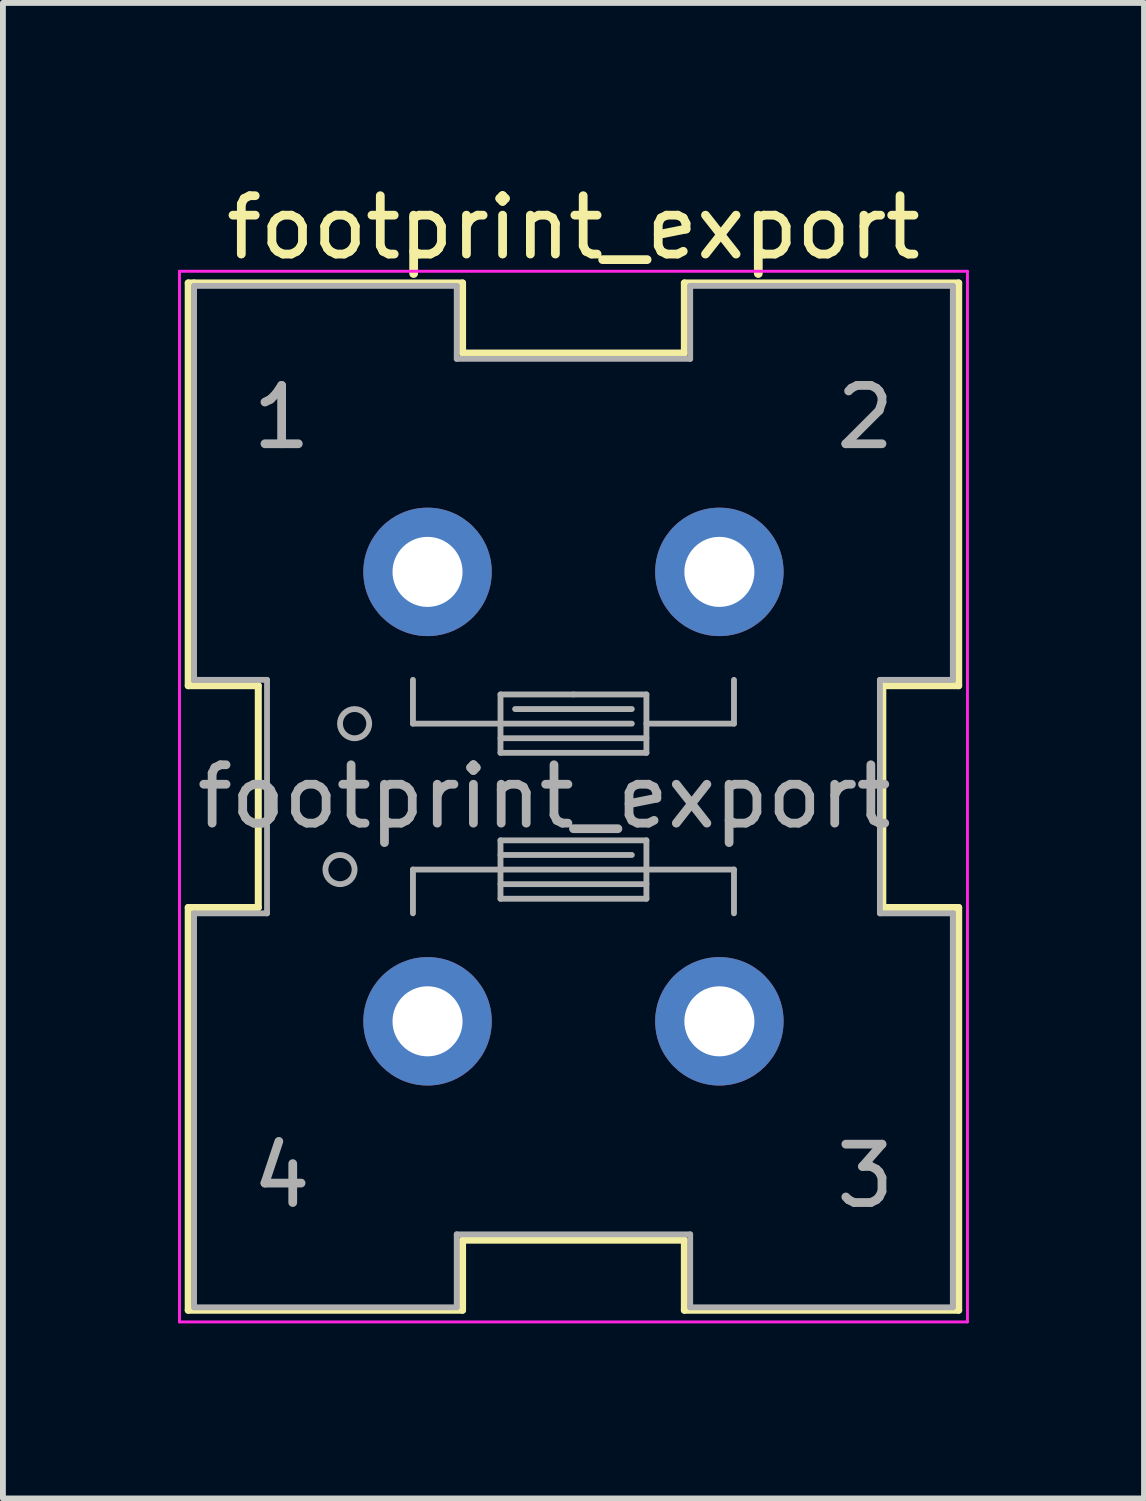
<source format=kicad_pcb>
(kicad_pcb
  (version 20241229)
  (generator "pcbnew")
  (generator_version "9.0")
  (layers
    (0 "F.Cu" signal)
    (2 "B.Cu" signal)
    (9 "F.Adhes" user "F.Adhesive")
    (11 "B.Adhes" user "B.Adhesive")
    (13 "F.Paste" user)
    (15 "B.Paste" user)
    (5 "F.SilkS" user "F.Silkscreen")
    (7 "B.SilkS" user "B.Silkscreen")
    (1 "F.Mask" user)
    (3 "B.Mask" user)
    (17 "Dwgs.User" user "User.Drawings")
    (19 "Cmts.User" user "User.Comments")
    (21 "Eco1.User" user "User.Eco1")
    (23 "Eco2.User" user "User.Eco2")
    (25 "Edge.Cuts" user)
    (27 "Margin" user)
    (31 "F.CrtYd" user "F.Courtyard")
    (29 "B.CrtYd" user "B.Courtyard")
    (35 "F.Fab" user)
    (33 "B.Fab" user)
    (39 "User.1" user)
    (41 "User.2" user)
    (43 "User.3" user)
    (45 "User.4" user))
  (footprint "footprint_export"
    (layer "F.Cu")
    (at 4.275 6.748)
    (property "Reference" "footprint_export" (at 2.5 -5.9 0) (layer "F.SilkS") (effects (font (size 1 1) (thickness 0.15))))
    (attr through_hole)
    (fp_line (start -4.1 -4.95) (end -4 -4.95) (stroke (width 0.12) (type solid)) (layer "F.SilkS"))
    (fp_line (start -4.1 1.95) (end -4.1 -4.95) (stroke (width 0.12) (type solid)) (layer "F.SilkS"))
    (fp_line (start -4.1 5.75) (end -2.9 5.75) (stroke (width 0.12) (type solid)) (layer "F.SilkS"))
    (fp_line (start -4.1 12.65) (end -4.1 5.75) (stroke (width 0.12) (type solid)) (layer "F.SilkS"))
    (fp_line (start -4 -4.95) (end 0.6 -4.95) (stroke (width 0.12) (type solid)) (layer "F.SilkS"))
    (fp_line (start -2.9 1.95) (end -4.1 1.95) (stroke (width 0.12) (type solid)) (layer "F.SilkS"))
    (fp_line (start -2.9 5.75) (end -2.9 1.95) (stroke (width 0.12) (type solid)) (layer "F.SilkS"))
    (fp_line (start 0.6 -4.95) (end 0.6 -3.75) (stroke (width 0.12) (type solid)) (layer "F.SilkS"))
    (fp_line (start 0.6 -3.75) (end 4.4 -3.75) (stroke (width 0.12) (type solid)) (layer "F.SilkS"))
    (fp_line (start 0.6 11.45) (end 0.6 12.65) (stroke (width 0.12) (type solid)) (layer "F.SilkS"))
    (fp_line (start 0.6 12.65) (end -4.1 12.65) (stroke (width 0.12) (type solid)) (layer "F.SilkS"))
    (fp_line (start 4.4 -4.95) (end 9.1 -4.95) (stroke (width 0.12) (type solid)) (layer "F.SilkS"))
    (fp_line (start 4.4 -3.75) (end 4.4 -4.95) (stroke (width 0.12) (type solid)) (layer "F.SilkS"))
    (fp_line (start 4.4 11.45) (end 0.6 11.45) (stroke (width 0.12) (type solid)) (layer "F.SilkS"))
    (fp_line (start 4.4 12.65) (end 4.4 11.45) (stroke (width 0.12) (type solid)) (layer "F.SilkS"))
    (fp_line (start 7.8 1.95) (end 7.8 5.75) (stroke (width 0.12) (type solid)) (layer "F.SilkS"))
    (fp_line (start 7.8 5.75) (end 9.1 5.75) (stroke (width 0.12) (type solid)) (layer "F.SilkS"))
    (fp_line (start 9.1 -4.95) (end 9.1 1.95) (stroke (width 0.12) (type solid)) (layer "F.SilkS"))
    (fp_line (start 9.1 1.95) (end 7.8 1.95) (stroke (width 0.12) (type solid)) (layer "F.SilkS"))
    (fp_line (start 9.1 5.75) (end 9.1 12.65) (stroke (width 0.12) (type solid)) (layer "F.SilkS"))
    (fp_line (start 9.1 12.65) (end 4.4 12.65) (stroke (width 0.12) (type solid)) (layer "F.SilkS"))
    (fp_line (start -4.25 -5.15) (end -4.25 12.85) (stroke (width 0.05) (type solid)) (layer "F.CrtYd"))
    (fp_line (start -4.25 12.85) (end 9.25 12.85) (stroke (width 0.05) (type solid)) (layer "F.CrtYd"))
    (fp_line (start 9.25 -5.15) (end -4.25 -5.15) (stroke (width 0.05) (type solid)) (layer "F.CrtYd"))
    (fp_line (start 9.25 12.85) (end 9.25 -5.15) (stroke (width 0.05) (type solid)) (layer "F.CrtYd"))
    (fp_line (start -4 -4.9) (end -4 1.85) (stroke (width 0.1) (type solid)) (layer "F.Fab"))
    (fp_line (start -4 1.85) (end -2.75 1.85) (stroke (width 0.1) (type solid)) (layer "F.Fab"))
    (fp_line (start -4 5.85) (end -4 12.6) (stroke (width 0.1) (type solid)) (layer "F.Fab"))
    (fp_line (start -4 12.6) (end 0.5 12.6) (stroke (width 0.1) (type solid)) (layer "F.Fab"))
    (fp_line (start -2.75 1.85) (end -2.75 5.85) (stroke (width 0.1) (type solid)) (layer "F.Fab"))
    (fp_line (start -2.75 5.85) (end -4 5.85) (stroke (width 0.1) (type solid)) (layer "F.Fab"))
    (fp_line (start -0.25 2.6) (end -0.25 1.85) (stroke (width 0.1) (type solid)) (layer "F.Fab"))
    (fp_line (start -0.25 5.1) (end -0.25 5.85) (stroke (width 0.1) (type solid)) (layer "F.Fab"))
    (fp_line (start 0.5 -4.9) (end -4 -4.9) (stroke (width 0.1) (type solid)) (layer "F.Fab"))
    (fp_line (start 0.5 -3.65) (end 0.5 -4.9) (stroke (width 0.1) (type solid)) (layer "F.Fab"))
    (fp_line (start 0.5 11.35) (end 4.5 11.35) (stroke (width 0.1) (type solid)) (layer "F.Fab"))
    (fp_line (start 0.5 12.6) (end 0.5 11.35) (stroke (width 0.1) (type solid)) (layer "F.Fab"))
    (fp_line (start 1.25 2.1) (end 2.5 2.1) (stroke (width 0.1) (type solid)) (layer "F.Fab"))
    (fp_line (start 1.25 2.6) (end -0.25 2.6) (stroke (width 0.1) (type solid)) (layer "F.Fab"))
    (fp_line (start 1.25 2.85) (end 3.75 2.85) (stroke (width 0.1) (type solid)) (layer "F.Fab"))
    (fp_line (start 1.25 3.1) (end 1.25 2.1) (stroke (width 0.1) (type solid)) (layer "F.Fab"))
    (fp_line (start 1.25 4.6) (end 3.75 4.6) (stroke (width 0.1) (type solid)) (layer "F.Fab"))
    (fp_line (start 1.25 4.85) (end 3.5 4.85) (stroke (width 0.1) (type solid)) (layer "F.Fab"))
    (fp_line (start 1.25 5.1) (end -0.25 5.1) (stroke (width 0.1) (type solid)) (layer "F.Fab"))
    (fp_line (start 1.25 5.6) (end 1.25 4.6) (stroke (width 0.1) (type solid)) (layer "F.Fab"))
    (fp_line (start 2.5 2.1) (end 3.75 2.1) (stroke (width 0.1) (type solid)) (layer "F.Fab"))
    (fp_line (start 3.5 2.35) (end 1.5 2.35) (stroke (width 0.1) (type solid)) (layer "F.Fab"))
    (fp_line (start 3.5 2.6) (end 1.25 2.6) (stroke (width 0.1) (type solid)) (layer "F.Fab"))
    (fp_line (start 3.75 2.1) (end 3.75 3.1) (stroke (width 0.1) (type solid)) (layer "F.Fab"))
    (fp_line (start 3.75 2.6) (end 5.25 2.6) (stroke (width 0.1) (type solid)) (layer "F.Fab"))
    (fp_line (start 3.75 3.1) (end 1.25 3.1) (stroke (width 0.1) (type solid)) (layer "F.Fab"))
    (fp_line (start 3.75 4.6) (end 3.75 5.6) (stroke (width 0.1) (type solid)) (layer "F.Fab"))
    (fp_line (start 3.75 5.1) (end 1.25 5.1) (stroke (width 0.1) (type solid)) (layer "F.Fab"))
    (fp_line (start 3.75 5.1) (end 5.25 5.1) (stroke (width 0.1) (type solid)) (layer "F.Fab"))
    (fp_line (start 3.75 5.35) (end 1.25 5.35) (stroke (width 0.1) (type solid)) (layer "F.Fab"))
    (fp_line (start 3.75 5.6) (end 1.25 5.6) (stroke (width 0.1) (type solid)) (layer "F.Fab"))
    (fp_line (start 4.5 -4.9) (end 4.5 -3.65) (stroke (width 0.1) (type solid)) (layer "F.Fab"))
    (fp_line (start 4.5 -3.65) (end 0.5 -3.65) (stroke (width 0.1) (type solid)) (layer "F.Fab"))
    (fp_line (start 4.5 11.35) (end 4.5 12.6) (stroke (width 0.1) (type solid)) (layer "F.Fab"))
    (fp_line (start 4.5 12.6) (end 9 12.6) (stroke (width 0.1) (type solid)) (layer "F.Fab"))
    (fp_line (start 5.25 2.6) (end 5.25 1.85) (stroke (width 0.1) (type solid)) (layer "F.Fab"))
    (fp_line (start 5.25 5.1) (end 5.25 5.85) (stroke (width 0.1) (type solid)) (layer "F.Fab"))
    (fp_line (start 7.75 1.85) (end 9 1.85) (stroke (width 0.1) (type solid)) (layer "F.Fab"))
    (fp_line (start 7.75 5.85) (end 7.75 1.85) (stroke (width 0.1) (type solid)) (layer "F.Fab"))
    (fp_line (start 9 -4.9) (end 4.5 -4.9) (stroke (width 0.1) (type solid)) (layer "F.Fab"))
    (fp_line (start 9 1.85) (end 9 -4.9) (stroke (width 0.1) (type solid)) (layer "F.Fab"))
    (fp_line (start 9 5.85) (end 7.75 5.85) (stroke (width 0.1) (type solid)) (layer "F.Fab"))
    (fp_line (start 9 12.6) (end 9 5.85) (stroke (width 0.1) (type solid)) (layer "F.Fab"))
    (fp_circle (center -1.5 5.1) (end -1.5 4.85) (stroke (width 0.1) (type solid)) (fill no) (layer "F.Fab"))
    (fp_circle (center -1.25 2.6) (end -1 2.6) (stroke (width 0.1) (type solid)) (fill no) (layer "F.Fab"))
    (fp_text user "1" (at -2.5 -2.65 0) (layer "F.Fab") (effects (font (size 1 1) (thickness 0.15))))
    (fp_text user "2" (at 7.5 -2.65 0) (layer "F.Fab") (effects (font (size 1 1) (thickness 0.15))))
    (fp_text user "${REFERENCE}" (at 2 3.85 0) (layer "F.Fab") (effects (font (size 1 1) (thickness 0.15))))
    (fp_text user "3" (at 7.5 10.35 0) (layer "F.Fab") (effects (font (size 1 1) (thickness 0.15))))
    (fp_text user "4" (at -2.5 10.35 0) (layer "F.Fab") (effects (font (size 1 1) (thickness 0.15))))
    (pad "1" thru_hole circle (at 0 0) (size 2.2 2.2) (drill 1.2) (layers "*.Cu" "*.Mask"))
    (pad "2" thru_hole circle (at 5 0) (size 2.2 2.2) (drill 1.2) (layers "*.Cu" "*.Mask"))
    (pad "3" thru_hole circle (at 5 7.7) (size 2.2 2.2) (drill 1.2) (layers "*.Cu" "*.Mask"))
    (pad "4" thru_hole circle (at 0 7.7) (size 2.2 2.2) (drill 1.2) (layers "*.Cu" "*.Mask")))
  (gr_rect
    (start -3 -3)
    (end 16.55 22.623)
    (stroke (width 0.1) (type default))
    (fill no)
    (layer "Edge.Cuts")))
</source>
